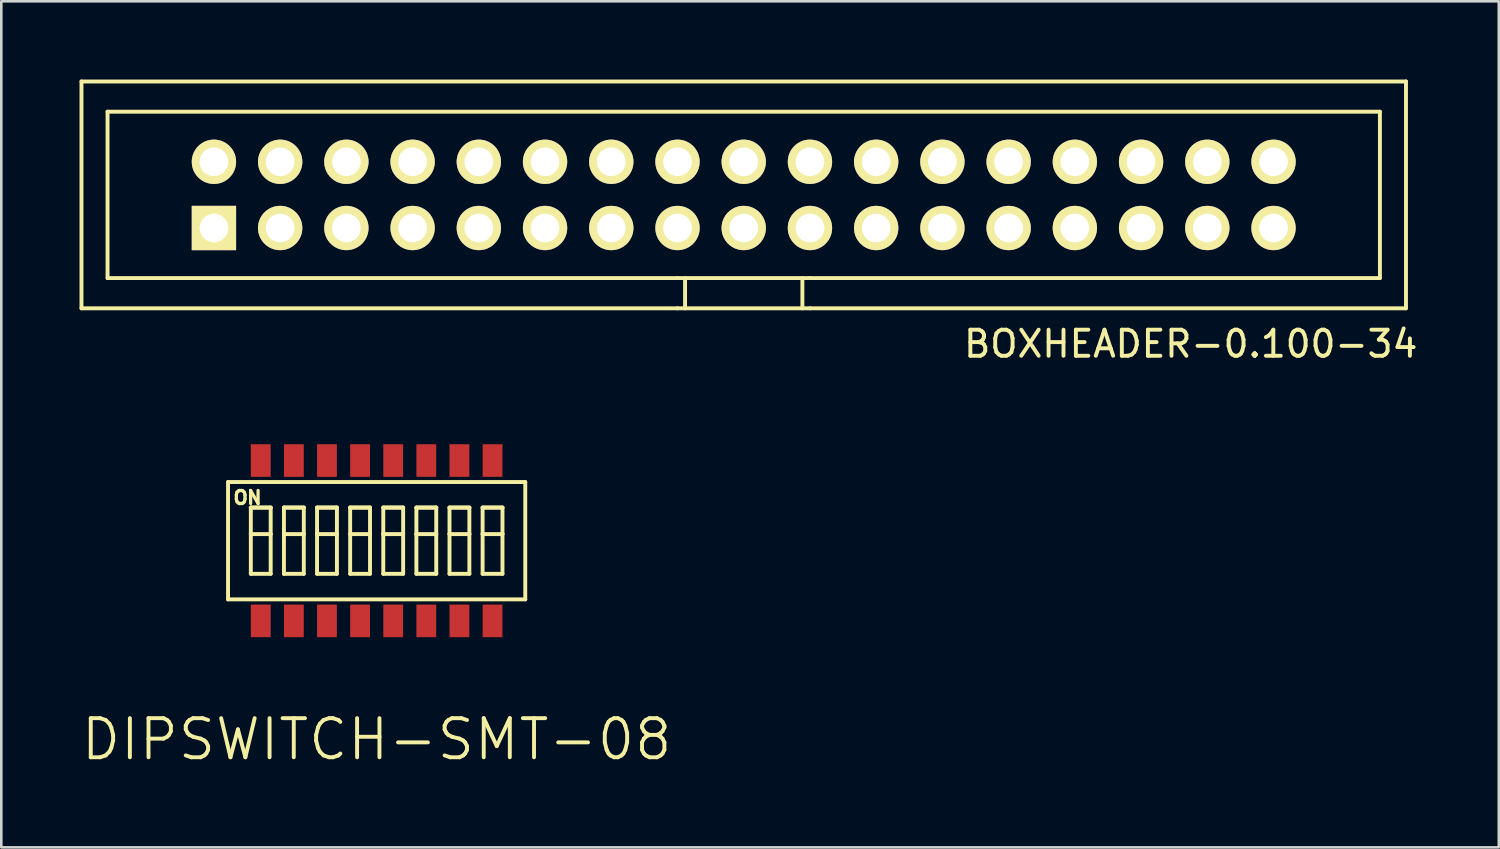
<source format=kicad_pcb>
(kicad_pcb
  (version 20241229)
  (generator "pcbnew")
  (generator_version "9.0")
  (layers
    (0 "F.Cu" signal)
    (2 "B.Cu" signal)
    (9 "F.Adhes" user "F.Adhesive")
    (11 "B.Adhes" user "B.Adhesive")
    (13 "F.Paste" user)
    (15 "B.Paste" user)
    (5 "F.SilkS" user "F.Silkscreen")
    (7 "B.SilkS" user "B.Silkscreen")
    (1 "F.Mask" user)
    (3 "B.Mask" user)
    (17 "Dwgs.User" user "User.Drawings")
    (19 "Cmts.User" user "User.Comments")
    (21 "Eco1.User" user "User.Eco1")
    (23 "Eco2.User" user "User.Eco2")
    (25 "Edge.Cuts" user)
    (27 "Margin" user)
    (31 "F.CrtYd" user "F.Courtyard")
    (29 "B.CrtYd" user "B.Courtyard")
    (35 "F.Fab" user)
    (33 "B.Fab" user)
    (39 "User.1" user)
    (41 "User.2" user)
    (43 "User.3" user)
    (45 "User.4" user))
  (footprint "DIPSWITCH-SMT-08"
    (layer "F.Cu")
    (at 11.396 17.688)
    (property "Reference" "DIPSWITCH-SMT-08" (at 0 7.62 0) (layer "F.SilkS") (effects (font (size 1.5 1.5) (thickness 0.15))))
    (attr through_hole)
    (fp_line (start -5.7 -2.25) (end 5.7 -2.25) (stroke (width 0.15) (type solid)) (layer "F.SilkS"))
    (fp_line (start -5.7 2.25) (end -5.7 -2.25) (stroke (width 0.15) (type solid)) (layer "F.SilkS"))
    (fp_line (start -4.826 -1.27) (end -4.826 -0.254) (stroke (width 0.15) (type solid)) (layer "F.SilkS"))
    (fp_line (start -4.826 -1.27) (end -4.064 -1.27) (stroke (width 0.15) (type solid)) (layer "F.SilkS"))
    (fp_line (start -4.826 -0.254) (end -4.064 -0.254) (stroke (width 0.15) (type solid)) (layer "F.SilkS"))
    (fp_line (start -4.826 1.27) (end -4.826 -0.254) (stroke (width 0.15) (type solid)) (layer "F.SilkS"))
    (fp_line (start -4.064 -1.27) (end -4.826 -1.27) (stroke (width 0.15) (type solid)) (layer "F.SilkS"))
    (fp_line (start -4.064 -0.254) (end -4.064 -1.27) (stroke (width 0.15) (type solid)) (layer "F.SilkS"))
    (fp_line (start -4.064 1.27) (end -4.826 1.27) (stroke (width 0.15) (type solid)) (layer "F.SilkS"))
    (fp_line (start -4.064 1.27) (end -4.064 -0.254) (stroke (width 0.15) (type solid)) (layer "F.SilkS"))
    (fp_line (start -3.556 -1.27) (end -3.556 -0.254) (stroke (width 0.15) (type solid)) (layer "F.SilkS"))
    (fp_line (start -3.556 -1.27) (end -2.794 -1.27) (stroke (width 0.15) (type solid)) (layer "F.SilkS"))
    (fp_line (start -3.556 -0.254) (end -2.794 -0.254) (stroke (width 0.15) (type solid)) (layer "F.SilkS"))
    (fp_line (start -3.556 1.27) (end -3.556 -0.254) (stroke (width 0.15) (type solid)) (layer "F.SilkS"))
    (fp_line (start -2.794 -1.27) (end -3.556 -1.27) (stroke (width 0.15) (type solid)) (layer "F.SilkS"))
    (fp_line (start -2.794 -0.254) (end -2.794 -1.27) (stroke (width 0.15) (type solid)) (layer "F.SilkS"))
    (fp_line (start -2.794 1.27) (end -3.556 1.27) (stroke (width 0.15) (type solid)) (layer "F.SilkS"))
    (fp_line (start -2.794 1.27) (end -2.794 -0.254) (stroke (width 0.15) (type solid)) (layer "F.SilkS"))
    (fp_line (start -2.286 -1.27) (end -2.286 -0.254) (stroke (width 0.15) (type solid)) (layer "F.SilkS"))
    (fp_line (start -2.286 -1.27) (end -1.524 -1.27) (stroke (width 0.15) (type solid)) (layer "F.SilkS"))
    (fp_line (start -2.286 -0.254) (end -1.524 -0.254) (stroke (width 0.15) (type solid)) (layer "F.SilkS"))
    (fp_line (start -2.286 1.27) (end -2.286 -0.254) (stroke (width 0.15) (type solid)) (layer "F.SilkS"))
    (fp_line (start -1.524 -1.27) (end -2.286 -1.27) (stroke (width 0.15) (type solid)) (layer "F.SilkS"))
    (fp_line (start -1.524 -0.254) (end -1.524 -1.27) (stroke (width 0.15) (type solid)) (layer "F.SilkS"))
    (fp_line (start -1.524 1.27) (end -2.286 1.27) (stroke (width 0.15) (type solid)) (layer "F.SilkS"))
    (fp_line (start -1.524 1.27) (end -1.524 -0.254) (stroke (width 0.15) (type solid)) (layer "F.SilkS"))
    (fp_line (start -1.016 -1.27) (end -1.016 -0.254) (stroke (width 0.15) (type solid)) (layer "F.SilkS"))
    (fp_line (start -1.016 -1.27) (end -0.254 -1.27) (stroke (width 0.15) (type solid)) (layer "F.SilkS"))
    (fp_line (start -1.016 -0.254) (end -0.254 -0.254) (stroke (width 0.15) (type solid)) (layer "F.SilkS"))
    (fp_line (start -1.016 1.27) (end -1.016 -0.254) (stroke (width 0.15) (type solid)) (layer "F.SilkS"))
    (fp_line (start -0.254 -1.27) (end -1.016 -1.27) (stroke (width 0.15) (type solid)) (layer "F.SilkS"))
    (fp_line (start -0.254 -0.254) (end -0.254 -1.27) (stroke (width 0.15) (type solid)) (layer "F.SilkS"))
    (fp_line (start -0.254 1.27) (end -1.016 1.27) (stroke (width 0.15) (type solid)) (layer "F.SilkS"))
    (fp_line (start -0.254 1.27) (end -0.254 -0.254) (stroke (width 0.15) (type solid)) (layer "F.SilkS"))
    (fp_line (start 0.254 -1.27) (end 0.254 -0.254) (stroke (width 0.15) (type solid)) (layer "F.SilkS"))
    (fp_line (start 0.254 -1.27) (end 1.016 -1.27) (stroke (width 0.15) (type solid)) (layer "F.SilkS"))
    (fp_line (start 0.254 -0.254) (end 1.016 -0.254) (stroke (width 0.15) (type solid)) (layer "F.SilkS"))
    (fp_line (start 0.254 1.27) (end 0.254 -0.254) (stroke (width 0.15) (type solid)) (layer "F.SilkS"))
    (fp_line (start 1.016 -1.27) (end 0.254 -1.27) (stroke (width 0.15) (type solid)) (layer "F.SilkS"))
    (fp_line (start 1.016 -0.254) (end 1.016 -1.27) (stroke (width 0.15) (type solid)) (layer "F.SilkS"))
    (fp_line (start 1.016 1.27) (end 0.254 1.27) (stroke (width 0.15) (type solid)) (layer "F.SilkS"))
    (fp_line (start 1.016 1.27) (end 1.016 -0.254) (stroke (width 0.15) (type solid)) (layer "F.SilkS"))
    (fp_line (start 1.524 -1.27) (end 1.524 -0.254) (stroke (width 0.15) (type solid)) (layer "F.SilkS"))
    (fp_line (start 1.524 -1.27) (end 2.286 -1.27) (stroke (width 0.15) (type solid)) (layer "F.SilkS"))
    (fp_line (start 1.524 -0.254) (end 2.286 -0.254) (stroke (width 0.15) (type solid)) (layer "F.SilkS"))
    (fp_line (start 1.524 1.27) (end 1.524 -0.254) (stroke (width 0.15) (type solid)) (layer "F.SilkS"))
    (fp_line (start 2.286 -1.27) (end 1.524 -1.27) (stroke (width 0.15) (type solid)) (layer "F.SilkS"))
    (fp_line (start 2.286 -0.254) (end 2.286 -1.27) (stroke (width 0.15) (type solid)) (layer "F.SilkS"))
    (fp_line (start 2.286 1.27) (end 1.524 1.27) (stroke (width 0.15) (type solid)) (layer "F.SilkS"))
    (fp_line (start 2.286 1.27) (end 2.286 -0.254) (stroke (width 0.15) (type solid)) (layer "F.SilkS"))
    (fp_line (start 2.794 -1.27) (end 2.794 -0.254) (stroke (width 0.15) (type solid)) (layer "F.SilkS"))
    (fp_line (start 2.794 -1.27) (end 3.556 -1.27) (stroke (width 0.15) (type solid)) (layer "F.SilkS"))
    (fp_line (start 2.794 -0.254) (end 3.556 -0.254) (stroke (width 0.15) (type solid)) (layer "F.SilkS"))
    (fp_line (start 2.794 1.27) (end 2.794 -0.254) (stroke (width 0.15) (type solid)) (layer "F.SilkS"))
    (fp_line (start 3.556 -1.27) (end 2.794 -1.27) (stroke (width 0.15) (type solid)) (layer "F.SilkS"))
    (fp_line (start 3.556 -0.254) (end 3.556 -1.27) (stroke (width 0.15) (type solid)) (layer "F.SilkS"))
    (fp_line (start 3.556 1.27) (end 2.794 1.27) (stroke (width 0.15) (type solid)) (layer "F.SilkS"))
    (fp_line (start 3.556 1.27) (end 3.556 -0.254) (stroke (width 0.15) (type solid)) (layer "F.SilkS"))
    (fp_line (start 4.064 -1.27) (end 4.064 -0.254) (stroke (width 0.15) (type solid)) (layer "F.SilkS"))
    (fp_line (start 4.064 -1.27) (end 4.826 -1.27) (stroke (width 0.15) (type solid)) (layer "F.SilkS"))
    (fp_line (start 4.064 -0.254) (end 4.826 -0.254) (stroke (width 0.15) (type solid)) (layer "F.SilkS"))
    (fp_line (start 4.064 1.27) (end 4.064 -0.254) (stroke (width 0.15) (type solid)) (layer "F.SilkS"))
    (fp_line (start 4.826 -1.27) (end 4.064 -1.27) (stroke (width 0.15) (type solid)) (layer "F.SilkS"))
    (fp_line (start 4.826 -0.254) (end 4.826 -1.27) (stroke (width 0.15) (type solid)) (layer "F.SilkS"))
    (fp_line (start 4.826 1.27) (end 4.064 1.27) (stroke (width 0.15) (type solid)) (layer "F.SilkS"))
    (fp_line (start 4.826 1.27) (end 4.826 -0.254) (stroke (width 0.15) (type solid)) (layer "F.SilkS"))
    (fp_line (start 5.7 -2.25) (end 5.7 2.25) (stroke (width 0.15) (type solid)) (layer "F.SilkS"))
    (fp_line (start 5.7 2.25) (end -5.7 2.25) (stroke (width 0.15) (type solid)) (layer "F.SilkS"))
    (fp_text user "ON" (at -4.953 -1.651 0) (layer "F.SilkS") (effects (font (size 0.5 0.5) (thickness 0.125))))
    (pad "1" smd rect (at -4.445 3.075) (size 0.76 1.25) (layers "F.Cu" "F.Mask" "F.Paste"))
    (pad "2" smd rect (at -3.175 3.075) (size 0.76 1.25) (layers "F.Cu" "F.Mask" "F.Paste"))
    (pad "3" smd rect (at -1.905 3.075) (size 0.76 1.25) (layers "F.Cu" "F.Mask" "F.Paste"))
    (pad "4" smd rect (at -0.635 3.075) (size 0.76 1.25) (layers "F.Cu" "F.Mask" "F.Paste"))
    (pad "5" smd rect (at 0.635 3.075) (size 0.76 1.25) (layers "F.Cu" "F.Mask" "F.Paste"))
    (pad "6" smd rect (at 1.905 3.075) (size 0.76 1.25) (layers "F.Cu" "F.Mask" "F.Paste"))
    (pad "7" smd rect (at 3.175 3.075) (size 0.76 1.25) (layers "F.Cu" "F.Mask" "F.Paste"))
    (pad "8" smd rect (at 4.445 3.075) (size 0.76 1.25) (layers "F.Cu" "F.Mask" "F.Paste"))
    (pad "9" smd rect (at 4.445 -3.075) (size 0.76 1.25) (layers "F.Cu" "F.Mask" "F.Paste"))
    (pad "10" smd rect (at 3.175 -3.075) (size 0.76 1.25) (layers "F.Cu" "F.Mask" "F.Paste"))
    (pad "11" smd rect (at 1.905 -3.075) (size 0.76 1.25) (layers "F.Cu" "F.Mask" "F.Paste"))
    (pad "12" smd rect (at 0.635 -3.075) (size 0.76 1.25) (layers "F.Cu" "F.Mask" "F.Paste"))
    (pad "13" smd rect (at -0.635 -3.075) (size 0.76 1.25) (layers "F.Cu" "F.Mask" "F.Paste"))
    (pad "14" smd rect (at -1.905 -3.075) (size 0.76 1.25) (layers "F.Cu" "F.Mask" "F.Paste"))
    (pad "15" smd rect (at -3.175 -3.075) (size 0.76 1.25) (layers "F.Cu" "F.Mask" "F.Paste"))
    (pad "16" smd rect (at -4.445 -3.075) (size 0.76 1.25) (layers "F.Cu" "F.Mask" "F.Paste")))
  (footprint "BOXHEADER-0.100-34"
    (layer "F.Cu")
    (at 25.475 4.425)
    (property "Reference" "BOXHEADER-0.100-34" (at 17.145 5.715 0) (layer "F.SilkS") (effects (font (size 1 1) (thickness 0.15))))
    (attr through_hole)
    (fp_line (start -25.4 -4.35) (end -25.4 4.35) (stroke (width 0.15) (type solid)) (layer "F.SilkS"))
    (fp_line (start -25.4 4.35) (end -2.54 4.35) (stroke (width 0.15) (type solid)) (layer "F.SilkS"))
    (fp_line (start -24.4 -3.19) (end 24.4 -3.19) (stroke (width 0.15) (type solid)) (layer "F.SilkS"))
    (fp_line (start -24.4 3.19) (end -24.4 -3.19) (stroke (width 0.15) (type solid)) (layer "F.SilkS"))
    (fp_line (start -2.54 3.19) (end -24.4 3.19) (stroke (width 0.15) (type solid)) (layer "F.SilkS"))
    (fp_line (start -2.54 4.35) (end 2.54 4.35) (stroke (width 0.15) (type solid)) (layer "F.SilkS"))
    (fp_line (start -2.25 4.35) (end -2.25 3.19) (stroke (width 0.15) (type solid)) (layer "F.SilkS"))
    (fp_line (start 2.25 3.19) (end 2.25 4.35) (stroke (width 0.15) (type solid)) (layer "F.SilkS"))
    (fp_line (start 2.54 3.19) (end -2.54 3.19) (stroke (width 0.15) (type solid)) (layer "F.SilkS"))
    (fp_line (start 2.54 4.35) (end 25.4 4.35) (stroke (width 0.15) (type solid)) (layer "F.SilkS"))
    (fp_line (start 24.4 -3.19) (end 24.4 3.19) (stroke (width 0.15) (type solid)) (layer "F.SilkS"))
    (fp_line (start 24.4 3.19) (end 2.54 3.19) (stroke (width 0.15) (type solid)) (layer "F.SilkS"))
    (fp_line (start 25.4 -4.35) (end -25.4 -4.35) (stroke (width 0.15) (type solid)) (layer "F.SilkS"))
    (fp_line (start 25.4 4.35) (end 25.4 -4.35) (stroke (width 0.15) (type solid)) (layer "F.SilkS"))
    (pad "1" thru_hole rect (at -20.32 1.27) (size 1.7 1.7) (drill 1.1) (layers "*.Cu" "*.Mask" "F.SilkS"))
    (pad "2" thru_hole circle (at -20.32 -1.27) (size 1.7 1.7) (drill 1.1) (layers "*.Cu" "*.Mask" "F.SilkS"))
    (pad "3" thru_hole circle (at -17.78 1.27) (size 1.7 1.7) (drill 1.1) (layers "*.Cu" "*.Mask" "F.SilkS"))
    (pad "4" thru_hole circle (at -17.78 -1.27) (size 1.7 1.7) (drill 1.1) (layers "*.Cu" "*.Mask" "F.SilkS"))
    (pad "5" thru_hole circle (at -15.24 1.27) (size 1.7 1.7) (drill 1.1) (layers "*.Cu" "*.Mask" "F.SilkS"))
    (pad "6" thru_hole circle (at -15.24 -1.27) (size 1.7 1.7) (drill 1.1) (layers "*.Cu" "*.Mask" "F.SilkS"))
    (pad "7" thru_hole circle (at -12.7 1.27) (size 1.7 1.7) (drill 1.1) (layers "*.Cu" "*.Mask" "F.SilkS"))
    (pad "8" thru_hole circle (at -12.7 -1.27) (size 1.7 1.7) (drill 1.1) (layers "*.Cu" "*.Mask" "F.SilkS"))
    (pad "9" thru_hole circle (at -10.16 1.27) (size 1.7 1.7) (drill 1.1) (layers "*.Cu" "*.Mask" "F.SilkS"))
    (pad "10" thru_hole circle (at -10.16 -1.27) (size 1.7 1.7) (drill 1.1) (layers "*.Cu" "*.Mask" "F.SilkS"))
    (pad "11" thru_hole circle (at -7.62 1.27) (size 1.7 1.7) (drill 1.1) (layers "*.Cu" "*.Mask" "F.SilkS"))
    (pad "12" thru_hole circle (at -7.62 -1.27) (size 1.7 1.7) (drill 1.1) (layers "*.Cu" "*.Mask" "F.SilkS"))
    (pad "13" thru_hole circle (at -5.08 1.27) (size 1.7 1.7) (drill 1.1) (layers "*.Cu" "*.Mask" "F.SilkS"))
    (pad "14" thru_hole circle (at -5.08 -1.27) (size 1.7 1.7) (drill 1.1) (layers "*.Cu" "*.Mask" "F.SilkS"))
    (pad "15" thru_hole circle (at -2.54 1.27) (size 1.7 1.7) (drill 1.1) (layers "*.Cu" "*.Mask" "F.SilkS"))
    (pad "16" thru_hole circle (at -2.54 -1.27) (size 1.7 1.7) (drill 1.1) (layers "*.Cu" "*.Mask" "F.SilkS"))
    (pad "17" thru_hole circle (at 0 1.27) (size 1.7 1.7) (drill 1.1) (layers "*.Cu" "*.Mask" "F.SilkS"))
    (pad "18" thru_hole circle (at 0 -1.27) (size 1.7 1.7) (drill 1.1) (layers "*.Cu" "*.Mask" "F.SilkS"))
    (pad "19" thru_hole circle (at 2.54 1.27) (size 1.7 1.7) (drill 1.1) (layers "*.Cu" "*.Mask" "F.SilkS"))
    (pad "20" thru_hole circle (at 2.54 -1.27) (size 1.7 1.7) (drill 1.1) (layers "*.Cu" "*.Mask" "F.SilkS"))
    (pad "21" thru_hole circle (at 5.08 1.27) (size 1.7 1.7) (drill 1.1) (layers "*.Cu" "*.Mask" "F.SilkS"))
    (pad "22" thru_hole circle (at 5.08 -1.27) (size 1.7 1.7) (drill 1.1) (layers "*.Cu" "*.Mask" "F.SilkS"))
    (pad "23" thru_hole circle (at 7.62 1.27) (size 1.7 1.7) (drill 1.1) (layers "*.Cu" "*.Mask" "F.SilkS"))
    (pad "24" thru_hole circle (at 7.62 -1.27) (size 1.7 1.7) (drill 1.1) (layers "*.Cu" "*.Mask" "F.SilkS"))
    (pad "25" thru_hole circle (at 10.16 1.27) (size 1.7 1.7) (drill 1.1) (layers "*.Cu" "*.Mask" "F.SilkS"))
    (pad "26" thru_hole circle (at 10.16 -1.27) (size 1.7 1.7) (drill 1.1) (layers "*.Cu" "*.Mask" "F.SilkS"))
    (pad "27" thru_hole circle (at 12.7 1.27) (size 1.7 1.7) (drill 1.1) (layers "*.Cu" "*.Mask" "F.SilkS"))
    (pad "28" thru_hole circle (at 12.7 -1.27) (size 1.7 1.7) (drill 1.1) (layers "*.Cu" "*.Mask" "F.SilkS"))
    (pad "29" thru_hole circle (at 15.24 1.27) (size 1.7 1.7) (drill 1.1) (layers "*.Cu" "*.Mask" "F.SilkS"))
    (pad "30" thru_hole circle (at 15.24 -1.27) (size 1.7 1.7) (drill 1.1) (layers "*.Cu" "*.Mask" "F.SilkS"))
    (pad "31" thru_hole circle (at 17.78 1.27) (size 1.7 1.7) (drill 1.1) (layers "*.Cu" "*.Mask" "F.SilkS"))
    (pad "32" thru_hole circle (at 17.78 -1.27) (size 1.7 1.7) (drill 1.1) (layers "*.Cu" "*.Mask" "F.SilkS"))
    (pad "33" thru_hole circle (at 20.32 1.27) (size 1.7 1.7) (drill 1.1) (layers "*.Cu" "*.Mask" "F.SilkS"))
    (pad "34" thru_hole circle (at 20.32 -1.27) (size 1.7 1.7) (drill 1.1) (layers "*.Cu" "*.Mask" "F.SilkS")))
  (gr_rect
    (start -3 -3)
    (end 54.435 29.449)
    (stroke (width 0.1) (type default))
    (fill no)
    (layer "Edge.Cuts")))
</source>
